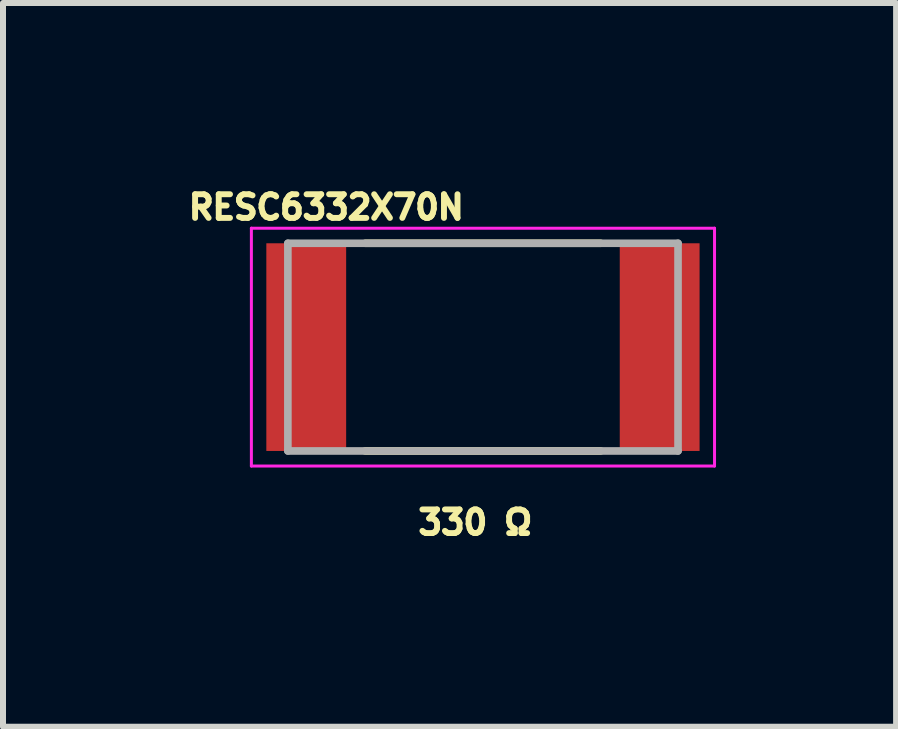
<source format=kicad_pcb>
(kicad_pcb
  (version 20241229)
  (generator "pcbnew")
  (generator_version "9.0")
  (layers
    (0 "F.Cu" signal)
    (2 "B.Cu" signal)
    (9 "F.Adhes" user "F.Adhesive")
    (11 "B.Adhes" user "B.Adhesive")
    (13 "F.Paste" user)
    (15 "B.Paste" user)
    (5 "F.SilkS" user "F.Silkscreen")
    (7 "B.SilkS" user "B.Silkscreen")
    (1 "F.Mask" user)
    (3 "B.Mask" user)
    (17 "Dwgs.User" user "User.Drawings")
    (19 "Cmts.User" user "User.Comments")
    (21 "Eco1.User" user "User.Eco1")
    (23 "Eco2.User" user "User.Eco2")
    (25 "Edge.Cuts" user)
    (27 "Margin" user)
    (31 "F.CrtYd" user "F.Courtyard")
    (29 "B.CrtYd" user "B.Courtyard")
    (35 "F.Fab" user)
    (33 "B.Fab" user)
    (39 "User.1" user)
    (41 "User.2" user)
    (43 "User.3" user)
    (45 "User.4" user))
  (footprint "RESC6332X70N"
    (layer "F.Cu")
    (at 4.996 2.733)
    (property "Reference" "RESC6332X70N" (at -2.61 -2.33 0) (layer "F.SilkS") (effects (font (size 0.394 0.394) (thickness 0.15))))
    (attr smd)
    (fp_line (start -1.96 -1.73) (end 1.96 -1.73) (stroke (width 0.127) (type solid)) (layer "F.SilkS"))
    (fp_line (start -1.96 1.73) (end 1.96 1.73) (stroke (width 0.127) (type solid)) (layer "F.SilkS"))
    (fp_line (start -3.858 -1.981) (end 3.858 -1.981) (stroke (width 0.05) (type solid)) (layer "F.CrtYd"))
    (fp_line (start -3.858 1.981) (end -3.858 -1.981) (stroke (width 0.05) (type solid)) (layer "F.CrtYd"))
    (fp_line (start -3.858 1.981) (end 3.858 1.981) (stroke (width 0.05) (type solid)) (layer "F.CrtYd"))
    (fp_line (start 3.858 1.981) (end 3.858 -1.981) (stroke (width 0.05) (type solid)) (layer "F.CrtYd"))
    (fp_line (start -3.25 1.73) (end -3.25 -1.73) (stroke (width 0.127) (type solid)) (layer "F.Fab"))
    (fp_line (start 3.25 -1.73) (end -3.25 -1.73) (stroke (width 0.127) (type solid)) (layer "F.Fab"))
    (fp_line (start 3.25 1.73) (end -3.25 1.73) (stroke (width 0.127) (type solid)) (layer "F.Fab"))
    (fp_line (start 3.25 1.73) (end 3.25 -1.73) (stroke (width 0.127) (type solid)) (layer "F.Fab"))
    (fp_text user "330 Ω" (at -0.127 2.921 0) (layer "F.SilkS") (effects (font (size 0.394 0.394) (thickness 0.098))))
    (pad "1" smd rect (at -2.944 0) (size 1.33 3.46) (layers "F.Cu" "F.Mask" "F.Paste"))
    (pad "2" smd rect (at 2.944 0) (size 1.33 3.46) (layers "F.Cu" "F.Mask" "F.Paste")))
  (gr_rect
    (start -3 -3)
    (end 11.879 9.057)
    (stroke (width 0.1) (type default))
    (fill no)
    (layer "Edge.Cuts")))
</source>
